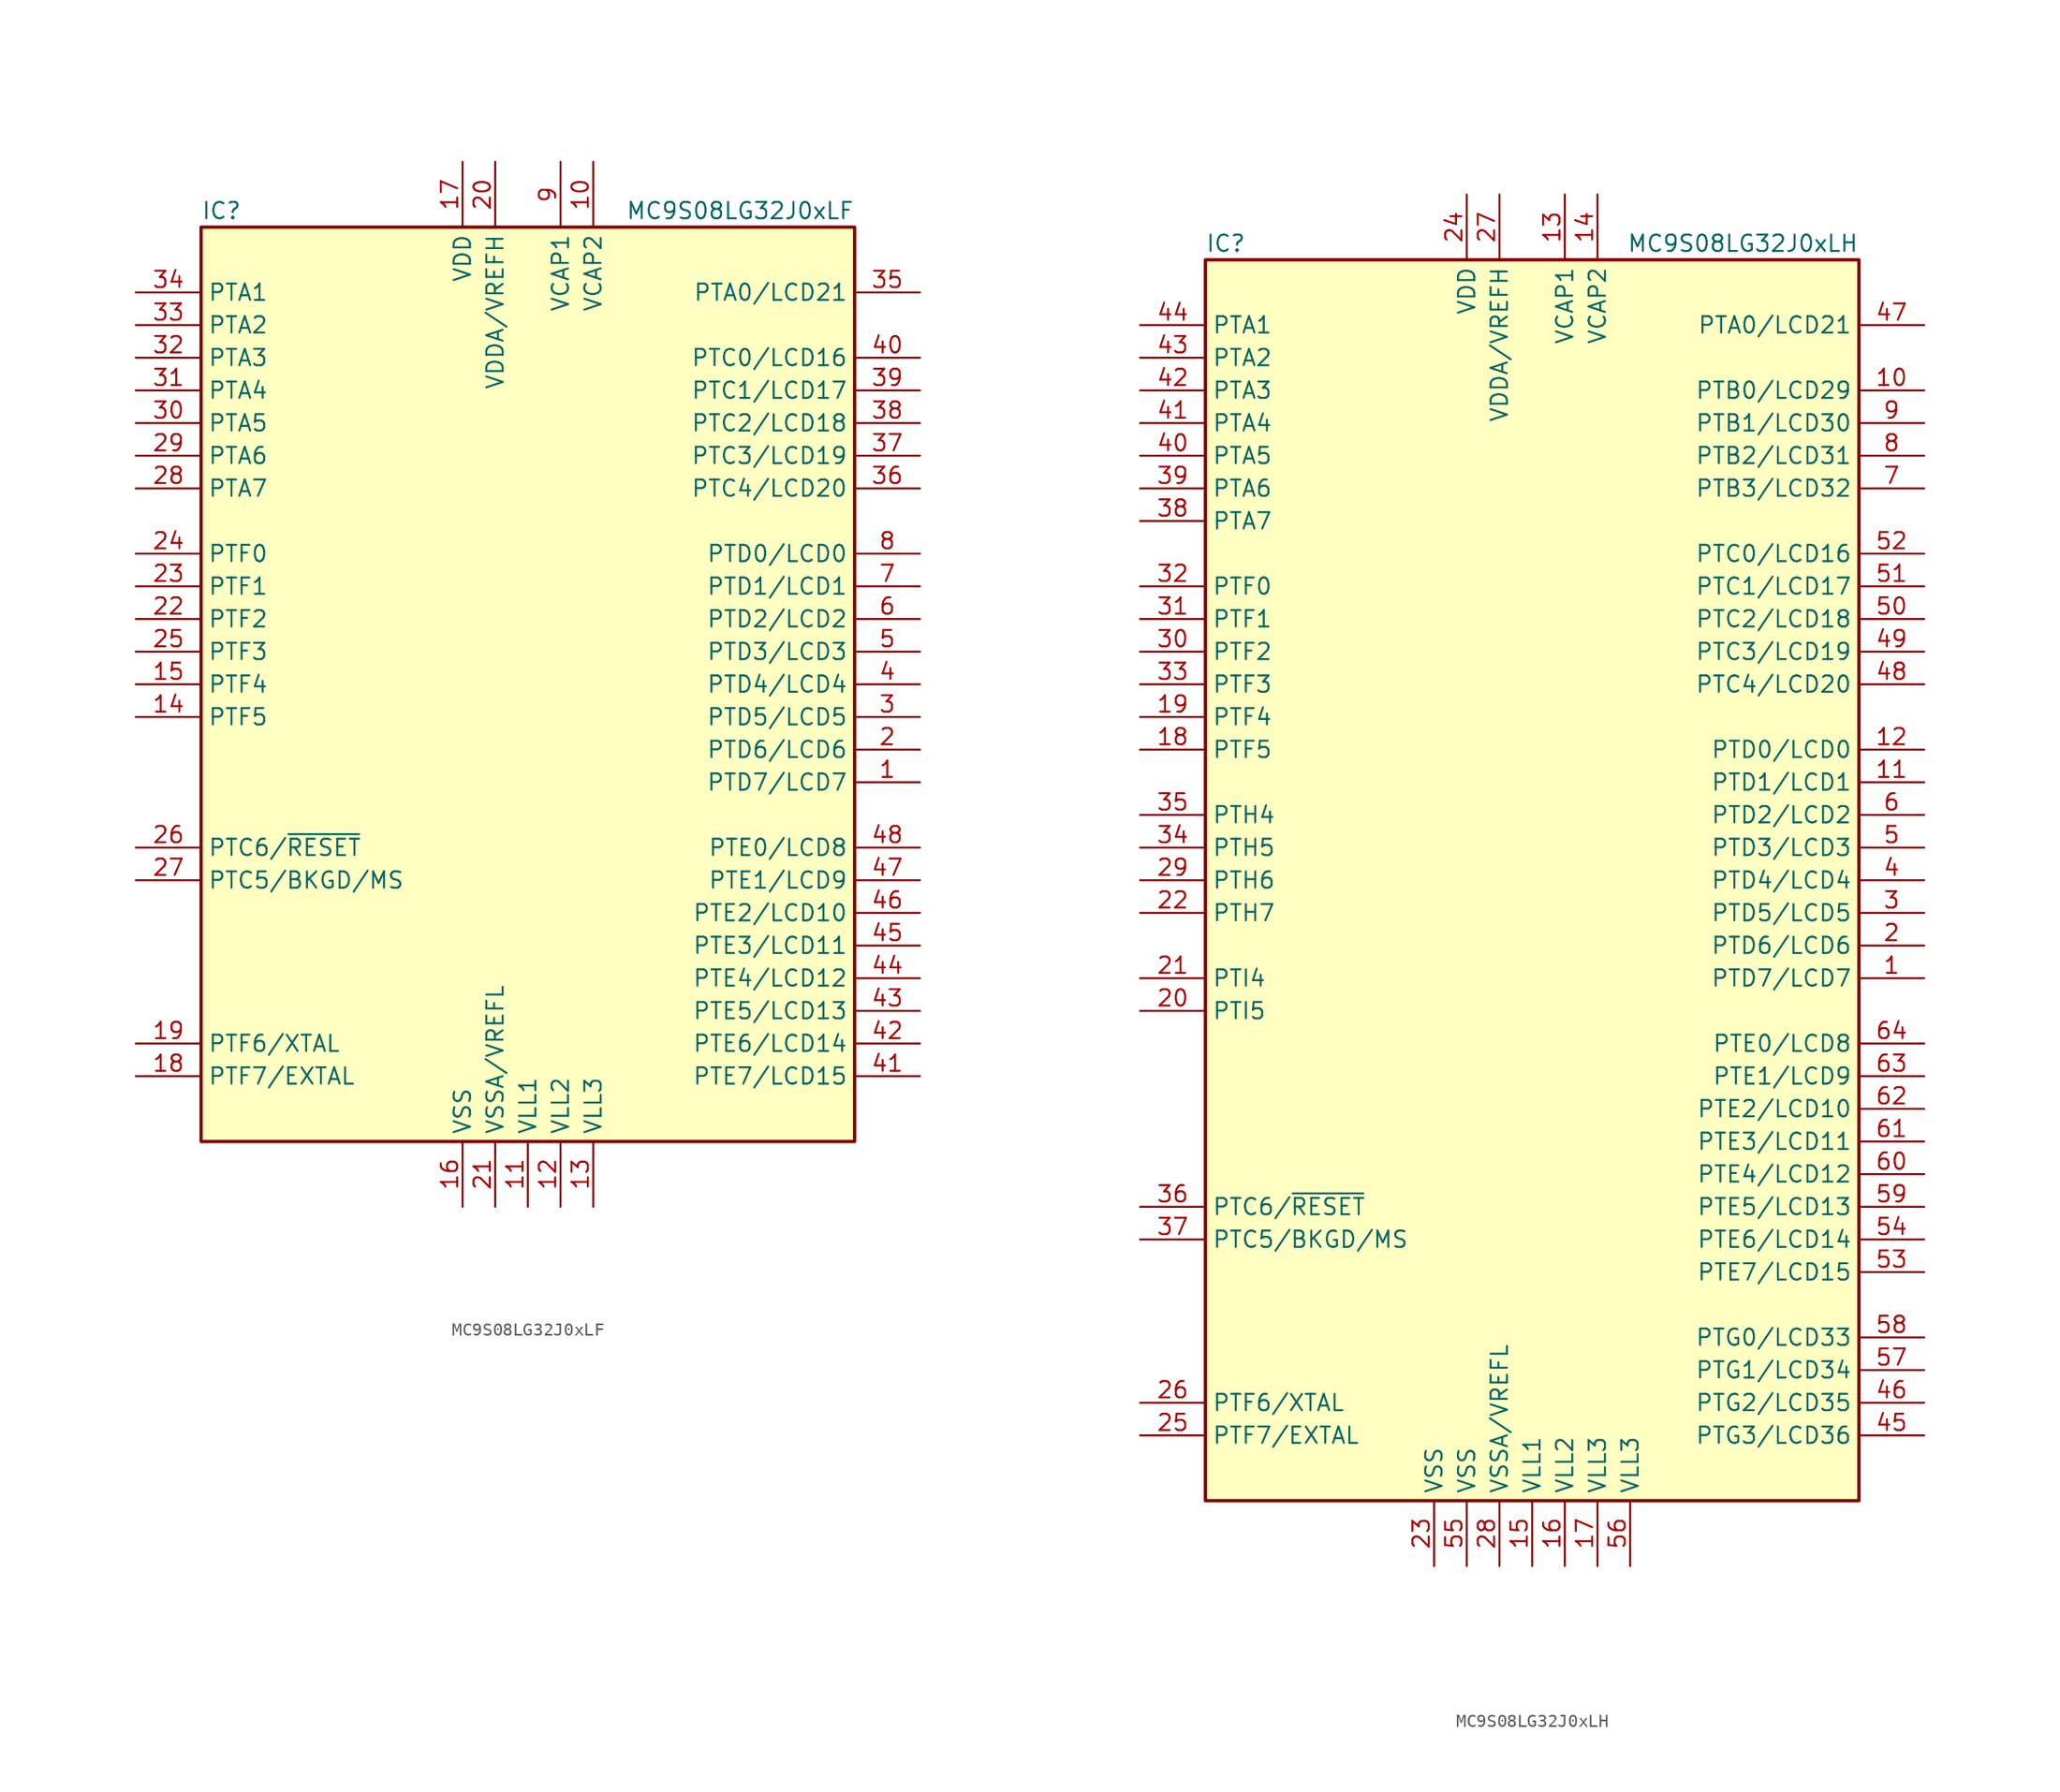
<source format=kicad_sym>
(kicad_symbol_lib
  (version 20201005)
  (generator kicad_symbol_editor)
  (symbol "MC9S08LG32J0xLF"
    (property "Reference" "IC"
      (at -25.4 36.83 0)
      (effects (font (size 1.27 1.27)) (justify left)))
    (property "Value" "MC9S08LG32J0xLF"
      (at 25.4 36.83 0)
      (effects (font (size 1.27 1.27)) (justify right)))
    (symbol "MC9S08LG32J0xLF_0_1"
      (rectangle (start -25.4 35.56) (end 25.4 -35.56) (stroke (width 0.254)) (fill (type background))))
    (symbol "MC9S08LG32J0xLF_1_1"
      (pin bidirectional line (at 30.48 -7.62 180) (length 5.08) (name "PTD7/LCD7" (effects (font (size 1.27 1.27)))) (number "1" (effects (font (size 1.27 1.27)))))
      (pin power_in line (at 5.08 40.64 270) (length 5.08) (name "VCAP2" (effects (font (size 1.27 1.27)))) (number "10" (effects (font (size 1.27 1.27)))))
      (pin power_in line (at 0 -40.64 90) (length 5.08) (name "VLL1" (effects (font (size 1.27 1.27)))) (number "11" (effects (font (size 1.27 1.27)))))
      (pin power_in line (at 2.54 -40.64 90) (length 5.08) (name "VLL2" (effects (font (size 1.27 1.27)))) (number "12" (effects (font (size 1.27 1.27)))))
      (pin power_in line (at 5.08 -40.64 90) (length 5.08) (name "VLL3" (effects (font (size 1.27 1.27)))) (number "13" (effects (font (size 1.27 1.27)))))
      (pin bidirectional line (at -30.48 -2.54 0) (length 5.08) (name "PTF5" (effects (font (size 1.27 1.27)))) (number "14" (effects (font (size 1.27 1.27)))))
      (pin bidirectional line (at -30.48 0 0) (length 5.08) (name "PTF4" (effects (font (size 1.27 1.27)))) (number "15" (effects (font (size 1.27 1.27)))))
      (pin power_in line (at -5.08 -40.64 90) (length 5.08) (name "VSS" (effects (font (size 1.27 1.27)))) (number "16" (effects (font (size 1.27 1.27)))))
      (pin power_in line (at -5.08 40.64 270) (length 5.08) (name "VDD" (effects (font (size 1.27 1.27)))) (number "17" (effects (font (size 1.27 1.27)))))
      (pin bidirectional line (at -30.48 -30.48 0) (length 5.08) (name "PTF7/EXTAL" (effects (font (size 1.27 1.27)))) (number "18" (effects (font (size 1.27 1.27)))))
      (pin bidirectional line (at -30.48 -27.94 0) (length 5.08) (name "PTF6/XTAL" (effects (font (size 1.27 1.27)))) (number "19" (effects (font (size 1.27 1.27)))))
      (pin bidirectional line (at 30.48 -5.08 180) (length 5.08) (name "PTD6/LCD6" (effects (font (size 1.27 1.27)))) (number "2" (effects (font (size 1.27 1.27)))))
      (pin power_in line (at -2.54 40.64 270) (length 5.08) (name "VDDA/VREFH" (effects (font (size 1.27 1.27)))) (number "20" (effects (font (size 1.27 1.27)))))
      (pin power_in line (at -2.54 -40.64 90) (length 5.08) (name "VSSA/VREFL" (effects (font (size 1.27 1.27)))) (number "21" (effects (font (size 1.27 1.27)))))
      (pin bidirectional line (at -30.48 5.08 0) (length 5.08) (name "PTF2" (effects (font (size 1.27 1.27)))) (number "22" (effects (font (size 1.27 1.27)))))
      (pin bidirectional line (at -30.48 7.62 0) (length 5.08) (name "PTF1" (effects (font (size 1.27 1.27)))) (number "23" (effects (font (size 1.27 1.27)))))
      (pin bidirectional line (at -30.48 10.16 0) (length 5.08) (name "PTF0" (effects (font (size 1.27 1.27)))) (number "24" (effects (font (size 1.27 1.27)))))
      (pin bidirectional line (at -30.48 2.54 0) (length 5.08) (name "PTF3" (effects (font (size 1.27 1.27)))) (number "25" (effects (font (size 1.27 1.27)))))
      (pin bidirectional line (at -30.48 -12.7 0) (length 5.08) (name "PTC6/~RESET" (effects (font (size 1.27 1.27)))) (number "26" (effects (font (size 1.27 1.27)))))
      (pin bidirectional line (at -30.48 -15.24 0) (length 5.08) (name "PTC5/BKGD/MS" (effects (font (size 1.27 1.27)))) (number "27" (effects (font (size 1.27 1.27)))))
      (pin bidirectional line (at -30.48 15.24 0) (length 5.08) (name "PTA7" (effects (font (size 1.27 1.27)))) (number "28" (effects (font (size 1.27 1.27)))))
      (pin bidirectional line (at -30.48 17.78 0) (length 5.08) (name "PTA6" (effects (font (size 1.27 1.27)))) (number "29" (effects (font (size 1.27 1.27)))))
      (pin bidirectional line (at 30.48 -2.54 180) (length 5.08) (name "PTD5/LCD5" (effects (font (size 1.27 1.27)))) (number "3" (effects (font (size 1.27 1.27)))))
      (pin bidirectional line (at -30.48 20.32 0) (length 5.08) (name "PTA5" (effects (font (size 1.27 1.27)))) (number "30" (effects (font (size 1.27 1.27)))))
      (pin bidirectional line (at -30.48 22.86 0) (length 5.08) (name "PTA4" (effects (font (size 1.27 1.27)))) (number "31" (effects (font (size 1.27 1.27)))))
      (pin bidirectional line (at -30.48 25.4 0) (length 5.08) (name "PTA3" (effects (font (size 1.27 1.27)))) (number "32" (effects (font (size 1.27 1.27)))))
      (pin bidirectional line (at -30.48 27.94 0) (length 5.08) (name "PTA2" (effects (font (size 1.27 1.27)))) (number "33" (effects (font (size 1.27 1.27)))))
      (pin bidirectional line (at -30.48 30.48 0) (length 5.08) (name "PTA1" (effects (font (size 1.27 1.27)))) (number "34" (effects (font (size 1.27 1.27)))))
      (pin bidirectional line (at 30.48 30.48 180) (length 5.08) (name "PTA0/LCD21" (effects (font (size 1.27 1.27)))) (number "35" (effects (font (size 1.27 1.27)))))
      (pin bidirectional line (at 30.48 15.24 180) (length 5.08) (name "PTC4/LCD20" (effects (font (size 1.27 1.27)))) (number "36" (effects (font (size 1.27 1.27)))))
      (pin bidirectional line (at 30.48 17.78 180) (length 5.08) (name "PTC3/LCD19" (effects (font (size 1.27 1.27)))) (number "37" (effects (font (size 1.27 1.27)))))
      (pin bidirectional line (at 30.48 20.32 180) (length 5.08) (name "PTC2/LCD18" (effects (font (size 1.27 1.27)))) (number "38" (effects (font (size 1.27 1.27)))))
      (pin bidirectional line (at 30.48 22.86 180) (length 5.08) (name "PTC1/LCD17" (effects (font (size 1.27 1.27)))) (number "39" (effects (font (size 1.27 1.27)))))
      (pin bidirectional line (at 30.48 0 180) (length 5.08) (name "PTD4/LCD4" (effects (font (size 1.27 1.27)))) (number "4" (effects (font (size 1.27 1.27)))))
      (pin bidirectional line (at 30.48 25.4 180) (length 5.08) (name "PTC0/LCD16" (effects (font (size 1.27 1.27)))) (number "40" (effects (font (size 1.27 1.27)))))
      (pin bidirectional line (at 30.48 -30.48 180) (length 5.08) (name "PTE7/LCD15" (effects (font (size 1.27 1.27)))) (number "41" (effects (font (size 1.27 1.27)))))
      (pin bidirectional line (at 30.48 -27.94 180) (length 5.08) (name "PTE6/LCD14" (effects (font (size 1.27 1.27)))) (number "42" (effects (font (size 1.27 1.27)))))
      (pin bidirectional line (at 30.48 -25.4 180) (length 5.08) (name "PTE5/LCD13" (effects (font (size 1.27 1.27)))) (number "43" (effects (font (size 1.27 1.27)))))
      (pin bidirectional line (at 30.48 -22.86 180) (length 5.08) (name "PTE4/LCD12" (effects (font (size 1.27 1.27)))) (number "44" (effects (font (size 1.27 1.27)))))
      (pin bidirectional line (at 30.48 -20.32 180) (length 5.08) (name "PTE3/LCD11" (effects (font (size 1.27 1.27)))) (number "45" (effects (font (size 1.27 1.27)))))
      (pin bidirectional line (at 30.48 -17.78 180) (length 5.08) (name "PTE2/LCD10" (effects (font (size 1.27 1.27)))) (number "46" (effects (font (size 1.27 1.27)))))
      (pin bidirectional line (at 30.48 -15.24 180) (length 5.08) (name "PTE1/LCD9" (effects (font (size 1.27 1.27)))) (number "47" (effects (font (size 1.27 1.27)))))
      (pin bidirectional line (at 30.48 -12.7 180) (length 5.08) (name "PTE0/LCD8" (effects (font (size 1.27 1.27)))) (number "48" (effects (font (size 1.27 1.27)))))
      (pin bidirectional line (at 30.48 2.54 180) (length 5.08) (name "PTD3/LCD3" (effects (font (size 1.27 1.27)))) (number "5" (effects (font (size 1.27 1.27)))))
      (pin bidirectional line (at 30.48 5.08 180) (length 5.08) (name "PTD2/LCD2" (effects (font (size 1.27 1.27)))) (number "6" (effects (font (size 1.27 1.27)))))
      (pin bidirectional line (at 30.48 7.62 180) (length 5.08) (name "PTD1/LCD1" (effects (font (size 1.27 1.27)))) (number "7" (effects (font (size 1.27 1.27)))))
      (pin bidirectional line (at 30.48 10.16 180) (length 5.08) (name "PTD0/LCD0" (effects (font (size 1.27 1.27)))) (number "8" (effects (font (size 1.27 1.27)))))
      (pin power_in line (at 2.54 40.64 270) (length 5.08) (name "VCAP1" (effects (font (size 1.27 1.27)))) (number "9" (effects (font (size 1.27 1.27)))))))
  (symbol "MC9S08LG32J0xLH"
    (property "Reference" "IC"
      (at -25.4 49.53 0)
      (effects (font (size 1.27 1.27)) (justify left)))
    (property "Value" "MC9S08LG32J0xLH"
      (at 25.4 49.53 0)
      (effects (font (size 1.27 1.27)) (justify right)))
    (symbol "MC9S08LG32J0xLH_0_1"
      (rectangle (start -25.4 48.26) (end 25.4 -48.26) (stroke (width 0.254)) (fill (type background))))
    (symbol "MC9S08LG32J0xLH_1_1"
      (pin bidirectional line (at 30.48 -7.62 180) (length 5.08) (name "PTD7/LCD7" (effects (font (size 1.27 1.27)))) (number "1" (effects (font (size 1.27 1.27)))))
      (pin bidirectional line (at 30.48 38.1 180) (length 5.08) (name "PTB0/LCD29" (effects (font (size 1.27 1.27)))) (number "10" (effects (font (size 1.27 1.27)))))
      (pin bidirectional line (at 30.48 7.62 180) (length 5.08) (name "PTD1/LCD1" (effects (font (size 1.27 1.27)))) (number "11" (effects (font (size 1.27 1.27)))))
      (pin bidirectional line (at 30.48 10.16 180) (length 5.08) (name "PTD0/LCD0" (effects (font (size 1.27 1.27)))) (number "12" (effects (font (size 1.27 1.27)))))
      (pin power_in line (at 2.54 53.34 270) (length 5.08) (name "VCAP1" (effects (font (size 1.27 1.27)))) (number "13" (effects (font (size 1.27 1.27)))))
      (pin power_in line (at 5.08 53.34 270) (length 5.08) (name "VCAP2" (effects (font (size 1.27 1.27)))) (number "14" (effects (font (size 1.27 1.27)))))
      (pin power_in line (at 0 -53.34 90) (length 5.08) (name "VLL1" (effects (font (size 1.27 1.27)))) (number "15" (effects (font (size 1.27 1.27)))))
      (pin power_in line (at 2.54 -53.34 90) (length 5.08) (name "VLL2" (effects (font (size 1.27 1.27)))) (number "16" (effects (font (size 1.27 1.27)))))
      (pin power_in line (at 5.08 -53.34 90) (length 5.08) (name "VLL3" (effects (font (size 1.27 1.27)))) (number "17" (effects (font (size 1.27 1.27)))))
      (pin bidirectional line (at -30.48 10.16 0) (length 5.08) (name "PTF5" (effects (font (size 1.27 1.27)))) (number "18" (effects (font (size 1.27 1.27)))))
      (pin bidirectional line (at -30.48 12.7 0) (length 5.08) (name "PTF4" (effects (font (size 1.27 1.27)))) (number "19" (effects (font (size 1.27 1.27)))))
      (pin bidirectional line (at 30.48 -5.08 180) (length 5.08) (name "PTD6/LCD6" (effects (font (size 1.27 1.27)))) (number "2" (effects (font (size 1.27 1.27)))))
      (pin bidirectional line (at -30.48 -10.16 0) (length 5.08) (name "PTI5" (effects (font (size 1.27 1.27)))) (number "20" (effects (font (size 1.27 1.27)))))
      (pin bidirectional line (at -30.48 -7.62 0) (length 5.08) (name "PTI4" (effects (font (size 1.27 1.27)))) (number "21" (effects (font (size 1.27 1.27)))))
      (pin bidirectional line (at -30.48 -2.54 0) (length 5.08) (name "PTH7" (effects (font (size 1.27 1.27)))) (number "22" (effects (font (size 1.27 1.27)))))
      (pin power_in line (at -7.62 -53.34 90) (length 5.08) (name "VSS" (effects (font (size 1.27 1.27)))) (number "23" (effects (font (size 1.27 1.27)))))
      (pin power_in line (at -5.08 53.34 270) (length 5.08) (name "VDD" (effects (font (size 1.27 1.27)))) (number "24" (effects (font (size 1.27 1.27)))))
      (pin bidirectional line (at -30.48 -43.18 0) (length 5.08) (name "PTF7/EXTAL" (effects (font (size 1.27 1.27)))) (number "25" (effects (font (size 1.27 1.27)))))
      (pin bidirectional line (at -30.48 -40.64 0) (length 5.08) (name "PTF6/XTAL" (effects (font (size 1.27 1.27)))) (number "26" (effects (font (size 1.27 1.27)))))
      (pin power_in line (at -2.54 53.34 270) (length 5.08) (name "VDDA/VREFH" (effects (font (size 1.27 1.27)))) (number "27" (effects (font (size 1.27 1.27)))))
      (pin power_in line (at -2.54 -53.34 90) (length 5.08) (name "VSSA/VREFL" (effects (font (size 1.27 1.27)))) (number "28" (effects (font (size 1.27 1.27)))))
      (pin bidirectional line (at -30.48 0 0) (length 5.08) (name "PTH6" (effects (font (size 1.27 1.27)))) (number "29" (effects (font (size 1.27 1.27)))))
      (pin bidirectional line (at 30.48 -2.54 180) (length 5.08) (name "PTD5/LCD5" (effects (font (size 1.27 1.27)))) (number "3" (effects (font (size 1.27 1.27)))))
      (pin bidirectional line (at -30.48 17.78 0) (length 5.08) (name "PTF2" (effects (font (size 1.27 1.27)))) (number "30" (effects (font (size 1.27 1.27)))))
      (pin bidirectional line (at -30.48 20.32 0) (length 5.08) (name "PTF1" (effects (font (size 1.27 1.27)))) (number "31" (effects (font (size 1.27 1.27)))))
      (pin bidirectional line (at -30.48 22.86 0) (length 5.08) (name "PTF0" (effects (font (size 1.27 1.27)))) (number "32" (effects (font (size 1.27 1.27)))))
      (pin bidirectional line (at -30.48 15.24 0) (length 5.08) (name "PTF3" (effects (font (size 1.27 1.27)))) (number "33" (effects (font (size 1.27 1.27)))))
      (pin bidirectional line (at -30.48 2.54 0) (length 5.08) (name "PTH5" (effects (font (size 1.27 1.27)))) (number "34" (effects (font (size 1.27 1.27)))))
      (pin bidirectional line (at -30.48 5.08 0) (length 5.08) (name "PTH4" (effects (font (size 1.27 1.27)))) (number "35" (effects (font (size 1.27 1.27)))))
      (pin bidirectional line (at -30.48 -25.4 0) (length 5.08) (name "PTC6/~RESET" (effects (font (size 1.27 1.27)))) (number "36" (effects (font (size 1.27 1.27)))))
      (pin bidirectional line (at -30.48 -27.94 0) (length 5.08) (name "PTC5/BKGD/MS" (effects (font (size 1.27 1.27)))) (number "37" (effects (font (size 1.27 1.27)))))
      (pin bidirectional line (at -30.48 27.94 0) (length 5.08) (name "PTA7" (effects (font (size 1.27 1.27)))) (number "38" (effects (font (size 1.27 1.27)))))
      (pin bidirectional line (at -30.48 30.48 0) (length 5.08) (name "PTA6" (effects (font (size 1.27 1.27)))) (number "39" (effects (font (size 1.27 1.27)))))
      (pin bidirectional line (at 30.48 0 180) (length 5.08) (name "PTD4/LCD4" (effects (font (size 1.27 1.27)))) (number "4" (effects (font (size 1.27 1.27)))))
      (pin bidirectional line (at -30.48 33.02 0) (length 5.08) (name "PTA5" (effects (font (size 1.27 1.27)))) (number "40" (effects (font (size 1.27 1.27)))))
      (pin bidirectional line (at -30.48 35.56 0) (length 5.08) (name "PTA4" (effects (font (size 1.27 1.27)))) (number "41" (effects (font (size 1.27 1.27)))))
      (pin bidirectional line (at -30.48 38.1 0) (length 5.08) (name "PTA3" (effects (font (size 1.27 1.27)))) (number "42" (effects (font (size 1.27 1.27)))))
      (pin bidirectional line (at -30.48 40.64 0) (length 5.08) (name "PTA2" (effects (font (size 1.27 1.27)))) (number "43" (effects (font (size 1.27 1.27)))))
      (pin bidirectional line (at -30.48 43.18 0) (length 5.08) (name "PTA1" (effects (font (size 1.27 1.27)))) (number "44" (effects (font (size 1.27 1.27)))))
      (pin bidirectional line (at 30.48 -43.18 180) (length 5.08) (name "PTG3/LCD36" (effects (font (size 1.27 1.27)))) (number "45" (effects (font (size 1.27 1.27)))))
      (pin bidirectional line (at 30.48 -40.64 180) (length 5.08) (name "PTG2/LCD35" (effects (font (size 1.27 1.27)))) (number "46" (effects (font (size 1.27 1.27)))))
      (pin bidirectional line (at 30.48 43.18 180) (length 5.08) (name "PTA0/LCD21" (effects (font (size 1.27 1.27)))) (number "47" (effects (font (size 1.27 1.27)))))
      (pin bidirectional line (at 30.48 15.24 180) (length 5.08) (name "PTC4/LCD20" (effects (font (size 1.27 1.27)))) (number "48" (effects (font (size 1.27 1.27)))))
      (pin bidirectional line (at 30.48 17.78 180) (length 5.08) (name "PTC3/LCD19" (effects (font (size 1.27 1.27)))) (number "49" (effects (font (size 1.27 1.27)))))
      (pin bidirectional line (at 30.48 2.54 180) (length 5.08) (name "PTD3/LCD3" (effects (font (size 1.27 1.27)))) (number "5" (effects (font (size 1.27 1.27)))))
      (pin bidirectional line (at 30.48 20.32 180) (length 5.08) (name "PTC2/LCD18" (effects (font (size 1.27 1.27)))) (number "50" (effects (font (size 1.27 1.27)))))
      (pin bidirectional line (at 30.48 22.86 180) (length 5.08) (name "PTC1/LCD17" (effects (font (size 1.27 1.27)))) (number "51" (effects (font (size 1.27 1.27)))))
      (pin bidirectional line (at 30.48 25.4 180) (length 5.08) (name "PTC0/LCD16" (effects (font (size 1.27 1.27)))) (number "52" (effects (font (size 1.27 1.27)))))
      (pin bidirectional line (at 30.48 -30.48 180) (length 5.08) (name "PTE7/LCD15" (effects (font (size 1.27 1.27)))) (number "53" (effects (font (size 1.27 1.27)))))
      (pin bidirectional line (at 30.48 -27.94 180) (length 5.08) (name "PTE6/LCD14" (effects (font (size 1.27 1.27)))) (number "54" (effects (font (size 1.27 1.27)))))
      (pin power_in line (at -5.08 -53.34 90) (length 5.08) (name "VSS" (effects (font (size 1.27 1.27)))) (number "55" (effects (font (size 1.27 1.27)))))
      (pin power_in line (at 7.62 -53.34 90) (length 5.08) (name "VLL3" (effects (font (size 1.27 1.27)))) (number "56" (effects (font (size 1.27 1.27)))))
      (pin bidirectional line (at 30.48 -38.1 180) (length 5.08) (name "PTG1/LCD34" (effects (font (size 1.27 1.27)))) (number "57" (effects (font (size 1.27 1.27)))))
      (pin bidirectional line (at 30.48 -35.56 180) (length 5.08) (name "PTG0/LCD33" (effects (font (size 1.27 1.27)))) (number "58" (effects (font (size 1.27 1.27)))))
      (pin bidirectional line (at 30.48 -25.4 180) (length 5.08) (name "PTE5/LCD13" (effects (font (size 1.27 1.27)))) (number "59" (effects (font (size 1.27 1.27)))))
      (pin bidirectional line (at 30.48 5.08 180) (length 5.08) (name "PTD2/LCD2" (effects (font (size 1.27 1.27)))) (number "6" (effects (font (size 1.27 1.27)))))
      (pin bidirectional line (at 30.48 -22.86 180) (length 5.08) (name "PTE4/LCD12" (effects (font (size 1.27 1.27)))) (number "60" (effects (font (size 1.27 1.27)))))
      (pin bidirectional line (at 30.48 -20.32 180) (length 5.08) (name "PTE3/LCD11" (effects (font (size 1.27 1.27)))) (number "61" (effects (font (size 1.27 1.27)))))
      (pin bidirectional line (at 30.48 -17.78 180) (length 5.08) (name "PTE2/LCD10" (effects (font (size 1.27 1.27)))) (number "62" (effects (font (size 1.27 1.27)))))
      (pin bidirectional line (at 30.48 -15.24 180) (length 5.08) (name "PTE1/LCD9" (effects (font (size 1.27 1.27)))) (number "63" (effects (font (size 1.27 1.27)))))
      (pin bidirectional line (at 30.48 -12.7 180) (length 5.08) (name "PTE0/LCD8" (effects (font (size 1.27 1.27)))) (number "64" (effects (font (size 1.27 1.27)))))
      (pin bidirectional line (at 30.48 30.48 180) (length 5.08) (name "PTB3/LCD32" (effects (font (size 1.27 1.27)))) (number "7" (effects (font (size 1.27 1.27)))))
      (pin bidirectional line (at 30.48 33.02 180) (length 5.08) (name "PTB2/LCD31" (effects (font (size 1.27 1.27)))) (number "8" (effects (font (size 1.27 1.27)))))
      (pin bidirectional line (at 30.48 35.56 180) (length 5.08) (name "PTB1/LCD30" (effects (font (size 1.27 1.27)))) (number "9" (effects (font (size 1.27 1.27))))))))
</source>
